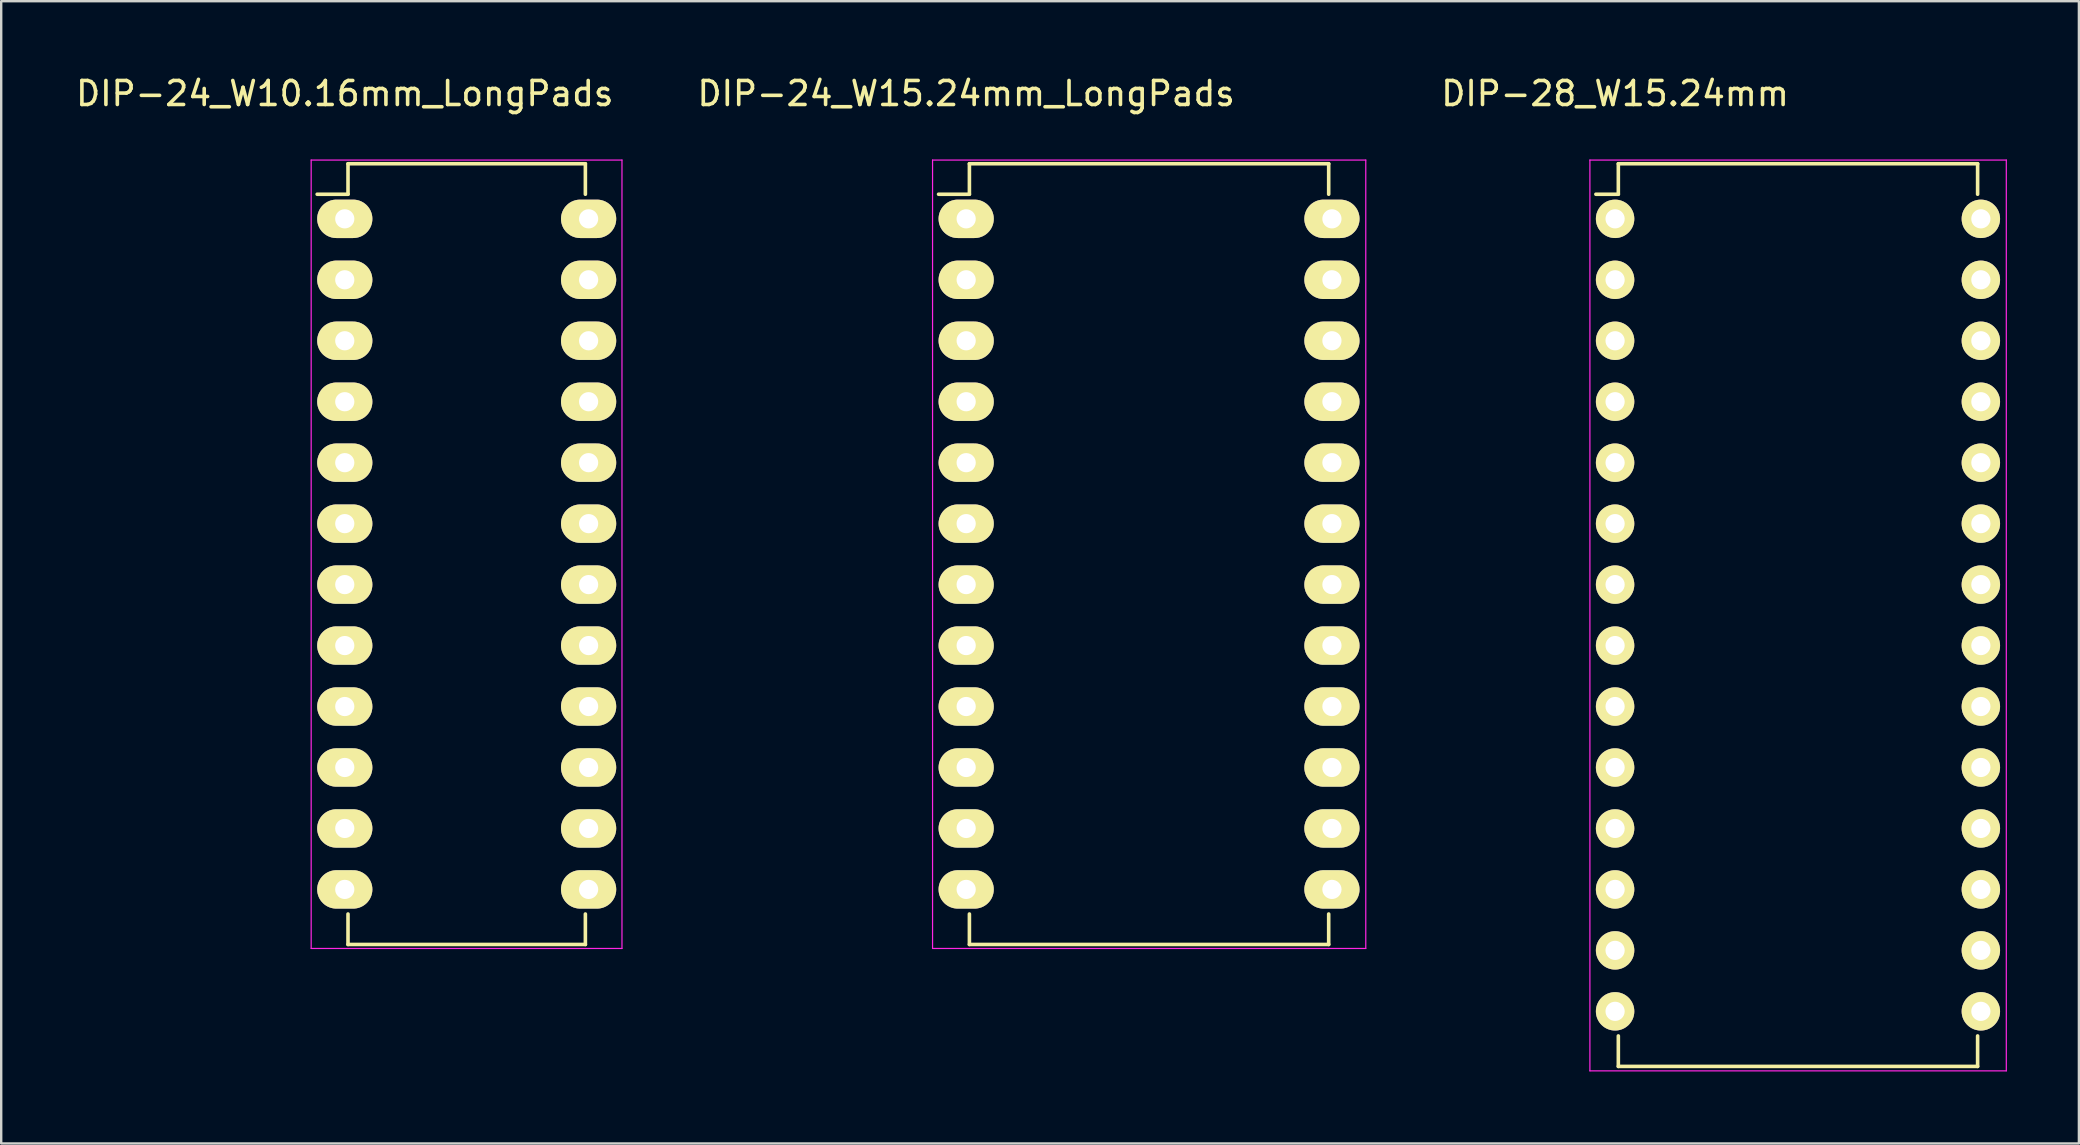
<source format=kicad_pcb>
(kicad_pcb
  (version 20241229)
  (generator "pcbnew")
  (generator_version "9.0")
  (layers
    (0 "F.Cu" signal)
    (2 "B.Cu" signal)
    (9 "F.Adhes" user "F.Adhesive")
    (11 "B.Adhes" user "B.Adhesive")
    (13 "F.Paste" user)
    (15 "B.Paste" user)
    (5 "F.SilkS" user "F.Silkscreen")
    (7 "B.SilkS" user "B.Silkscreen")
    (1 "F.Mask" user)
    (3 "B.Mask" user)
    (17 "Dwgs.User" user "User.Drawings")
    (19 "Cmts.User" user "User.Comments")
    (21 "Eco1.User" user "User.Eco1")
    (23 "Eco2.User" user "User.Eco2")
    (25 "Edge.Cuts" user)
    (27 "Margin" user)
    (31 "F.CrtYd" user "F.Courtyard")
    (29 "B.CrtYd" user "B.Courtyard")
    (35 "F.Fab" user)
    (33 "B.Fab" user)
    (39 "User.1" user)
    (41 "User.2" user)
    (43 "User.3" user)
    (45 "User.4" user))
  (footprint "DIP-24_W10.16mm_LongPads"
    (layer "F.Cu")
    (at 11.315 6.068)
    (property "Reference" "DIP-24_W10.16mm_LongPads" (at 0 -5.22 0) (layer "F.SilkS") (effects (font (size 1 1) (thickness 0.15))))
    (attr through_hole)
    (fp_line (start 0.135 -2.295) (end 0.135 -1.025) (stroke (width 0.15) (type solid)) (layer "F.SilkS"))
    (fp_line (start 0.135 -2.295) (end 10.025 -2.295) (stroke (width 0.15) (type solid)) (layer "F.SilkS"))
    (fp_line (start 0.135 -1.025) (end -1.15 -1.025) (stroke (width 0.15) (type solid)) (layer "F.SilkS"))
    (fp_line (start 0.135 30.235) (end 0.135 28.965) (stroke (width 0.15) (type solid)) (layer "F.SilkS"))
    (fp_line (start 0.135 30.235) (end 10.025 30.235) (stroke (width 0.15) (type solid)) (layer "F.SilkS"))
    (fp_line (start 10.025 -2.295) (end 10.025 -1.025) (stroke (width 0.15) (type solid)) (layer "F.SilkS"))
    (fp_line (start 10.025 30.235) (end 10.025 28.965) (stroke (width 0.15) (type solid)) (layer "F.SilkS"))
    (fp_line (start -1.4 -2.45) (end -1.4 30.4) (stroke (width 0.05) (type solid)) (layer "F.CrtYd"))
    (fp_line (start -1.4 -2.45) (end 11.55 -2.45) (stroke (width 0.05) (type solid)) (layer "F.CrtYd"))
    (fp_line (start -1.4 30.4) (end 11.55 30.4) (stroke (width 0.05) (type solid)) (layer "F.CrtYd"))
    (fp_line (start 11.55 -2.45) (end 11.55 30.4) (stroke (width 0.05) (type solid)) (layer "F.CrtYd"))
    (pad "1" thru_hole oval (at 0 0) (size 2.3 1.6) (drill 0.8) (layers "*.Cu" "*.Mask" "F.SilkS"))
    (pad "2" thru_hole oval (at 0 2.54) (size 2.3 1.6) (drill 0.8) (layers "*.Cu" "*.Mask" "F.SilkS"))
    (pad "3" thru_hole oval (at 0 5.08) (size 2.3 1.6) (drill 0.8) (layers "*.Cu" "*.Mask" "F.SilkS"))
    (pad "4" thru_hole oval (at 0 7.62) (size 2.3 1.6) (drill 0.8) (layers "*.Cu" "*.Mask" "F.SilkS"))
    (pad "5" thru_hole oval (at 0 10.16) (size 2.3 1.6) (drill 0.8) (layers "*.Cu" "*.Mask" "F.SilkS"))
    (pad "6" thru_hole oval (at 0 12.7) (size 2.3 1.6) (drill 0.8) (layers "*.Cu" "*.Mask" "F.SilkS"))
    (pad "7" thru_hole oval (at 0 15.24) (size 2.3 1.6) (drill 0.8) (layers "*.Cu" "*.Mask" "F.SilkS"))
    (pad "8" thru_hole oval (at 0 17.78) (size 2.3 1.6) (drill 0.8) (layers "*.Cu" "*.Mask" "F.SilkS"))
    (pad "9" thru_hole oval (at 0 20.32) (size 2.3 1.6) (drill 0.8) (layers "*.Cu" "*.Mask" "F.SilkS"))
    (pad "10" thru_hole oval (at 0 22.86) (size 2.3 1.6) (drill 0.8) (layers "*.Cu" "*.Mask" "F.SilkS"))
    (pad "11" thru_hole oval (at 0 25.4) (size 2.3 1.6) (drill 0.8) (layers "*.Cu" "*.Mask" "F.SilkS"))
    (pad "12" thru_hole oval (at 0 27.94) (size 2.3 1.6) (drill 0.8) (layers "*.Cu" "*.Mask" "F.SilkS"))
    (pad "13" thru_hole oval (at 10.16 27.94) (size 2.3 1.6) (drill 0.8) (layers "*.Cu" "*.Mask" "F.SilkS"))
    (pad "14" thru_hole oval (at 10.16 25.4) (size 2.3 1.6) (drill 0.8) (layers "*.Cu" "*.Mask" "F.SilkS"))
    (pad "15" thru_hole oval (at 10.16 22.86) (size 2.3 1.6) (drill 0.8) (layers "*.Cu" "*.Mask" "F.SilkS"))
    (pad "16" thru_hole oval (at 10.16 20.32) (size 2.3 1.6) (drill 0.8) (layers "*.Cu" "*.Mask" "F.SilkS"))
    (pad "17" thru_hole oval (at 10.16 17.78) (size 2.3 1.6) (drill 0.8) (layers "*.Cu" "*.Mask" "F.SilkS"))
    (pad "18" thru_hole oval (at 10.16 15.24) (size 2.3 1.6) (drill 0.8) (layers "*.Cu" "*.Mask" "F.SilkS"))
    (pad "19" thru_hole oval (at 10.16 12.7) (size 2.3 1.6) (drill 0.8) (layers "*.Cu" "*.Mask" "F.SilkS"))
    (pad "20" thru_hole oval (at 10.16 10.16) (size 2.3 1.6) (drill 0.8) (layers "*.Cu" "*.Mask" "F.SilkS"))
    (pad "21" thru_hole oval (at 10.16 7.62) (size 2.3 1.6) (drill 0.8) (layers "*.Cu" "*.Mask" "F.SilkS"))
    (pad "22" thru_hole oval (at 10.16 5.08) (size 2.3 1.6) (drill 0.8) (layers "*.Cu" "*.Mask" "F.SilkS"))
    (pad "23" thru_hole oval (at 10.16 2.54) (size 2.3 1.6) (drill 0.8) (layers "*.Cu" "*.Mask" "F.SilkS"))
    (pad "24" thru_hole oval (at 10.16 0) (size 2.3 1.6) (drill 0.8) (layers "*.Cu" "*.Mask" "F.SilkS")))
  (footprint "DIP-24_W15.24mm_LongPads"
    (layer "F.Cu")
    (at 37.206 6.068)
    (property "Reference" "DIP-24_W15.24mm_LongPads" (at 0 -5.22 0) (layer "F.SilkS") (effects (font (size 1 1) (thickness 0.15))))
    (attr through_hole)
    (fp_line (start 0.135 -2.295) (end 0.135 -1.025) (stroke (width 0.15) (type solid)) (layer "F.SilkS"))
    (fp_line (start 0.135 -2.295) (end 15.105 -2.295) (stroke (width 0.15) (type solid)) (layer "F.SilkS"))
    (fp_line (start 0.135 -1.025) (end -1.15 -1.025) (stroke (width 0.15) (type solid)) (layer "F.SilkS"))
    (fp_line (start 0.135 30.235) (end 0.135 28.965) (stroke (width 0.15) (type solid)) (layer "F.SilkS"))
    (fp_line (start 0.135 30.235) (end 15.105 30.235) (stroke (width 0.15) (type solid)) (layer "F.SilkS"))
    (fp_line (start 15.105 -2.295) (end 15.105 -1.025) (stroke (width 0.15) (type solid)) (layer "F.SilkS"))
    (fp_line (start 15.105 30.235) (end 15.105 28.965) (stroke (width 0.15) (type solid)) (layer "F.SilkS"))
    (fp_line (start -1.4 -2.45) (end -1.4 30.4) (stroke (width 0.05) (type solid)) (layer "F.CrtYd"))
    (fp_line (start -1.4 -2.45) (end 16.65 -2.45) (stroke (width 0.05) (type solid)) (layer "F.CrtYd"))
    (fp_line (start -1.4 30.4) (end 16.65 30.4) (stroke (width 0.05) (type solid)) (layer "F.CrtYd"))
    (fp_line (start 16.65 -2.45) (end 16.65 30.4) (stroke (width 0.05) (type solid)) (layer "F.CrtYd"))
    (pad "1" thru_hole oval (at 0 0) (size 2.3 1.6) (drill 0.8) (layers "*.Cu" "*.Mask" "F.SilkS"))
    (pad "2" thru_hole oval (at 0 2.54) (size 2.3 1.6) (drill 0.8) (layers "*.Cu" "*.Mask" "F.SilkS"))
    (pad "3" thru_hole oval (at 0 5.08) (size 2.3 1.6) (drill 0.8) (layers "*.Cu" "*.Mask" "F.SilkS"))
    (pad "4" thru_hole oval (at 0 7.62) (size 2.3 1.6) (drill 0.8) (layers "*.Cu" "*.Mask" "F.SilkS"))
    (pad "5" thru_hole oval (at 0 10.16) (size 2.3 1.6) (drill 0.8) (layers "*.Cu" "*.Mask" "F.SilkS"))
    (pad "6" thru_hole oval (at 0 12.7) (size 2.3 1.6) (drill 0.8) (layers "*.Cu" "*.Mask" "F.SilkS"))
    (pad "7" thru_hole oval (at 0 15.24) (size 2.3 1.6) (drill 0.8) (layers "*.Cu" "*.Mask" "F.SilkS"))
    (pad "8" thru_hole oval (at 0 17.78) (size 2.3 1.6) (drill 0.8) (layers "*.Cu" "*.Mask" "F.SilkS"))
    (pad "9" thru_hole oval (at 0 20.32) (size 2.3 1.6) (drill 0.8) (layers "*.Cu" "*.Mask" "F.SilkS"))
    (pad "10" thru_hole oval (at 0 22.86) (size 2.3 1.6) (drill 0.8) (layers "*.Cu" "*.Mask" "F.SilkS"))
    (pad "11" thru_hole oval (at 0 25.4) (size 2.3 1.6) (drill 0.8) (layers "*.Cu" "*.Mask" "F.SilkS"))
    (pad "12" thru_hole oval (at 0 27.94) (size 2.3 1.6) (drill 0.8) (layers "*.Cu" "*.Mask" "F.SilkS"))
    (pad "13" thru_hole oval (at 15.24 27.94) (size 2.3 1.6) (drill 0.8) (layers "*.Cu" "*.Mask" "F.SilkS"))
    (pad "14" thru_hole oval (at 15.24 25.4) (size 2.3 1.6) (drill 0.8) (layers "*.Cu" "*.Mask" "F.SilkS"))
    (pad "15" thru_hole oval (at 15.24 22.86) (size 2.3 1.6) (drill 0.8) (layers "*.Cu" "*.Mask" "F.SilkS"))
    (pad "16" thru_hole oval (at 15.24 20.32) (size 2.3 1.6) (drill 0.8) (layers "*.Cu" "*.Mask" "F.SilkS"))
    (pad "17" thru_hole oval (at 15.24 17.78) (size 2.3 1.6) (drill 0.8) (layers "*.Cu" "*.Mask" "F.SilkS"))
    (pad "18" thru_hole oval (at 15.24 15.24) (size 2.3 1.6) (drill 0.8) (layers "*.Cu" "*.Mask" "F.SilkS"))
    (pad "19" thru_hole oval (at 15.24 12.7) (size 2.3 1.6) (drill 0.8) (layers "*.Cu" "*.Mask" "F.SilkS"))
    (pad "20" thru_hole oval (at 15.24 10.16) (size 2.3 1.6) (drill 0.8) (layers "*.Cu" "*.Mask" "F.SilkS"))
    (pad "21" thru_hole oval (at 15.24 7.62) (size 2.3 1.6) (drill 0.8) (layers "*.Cu" "*.Mask" "F.SilkS"))
    (pad "22" thru_hole oval (at 15.24 5.08) (size 2.3 1.6) (drill 0.8) (layers "*.Cu" "*.Mask" "F.SilkS"))
    (pad "23" thru_hole oval (at 15.24 2.54) (size 2.3 1.6) (drill 0.8) (layers "*.Cu" "*.Mask" "F.SilkS"))
    (pad "24" thru_hole oval (at 15.24 0) (size 2.3 1.6) (drill 0.8) (layers "*.Cu" "*.Mask" "F.SilkS")))
  (footprint "DIP-28_W15.24mm"
    (layer "F.Cu")
    (at 64.244 6.068)
    (property "Reference" "DIP-28_W15.24mm" (at 0 -5.22 0) (layer "F.SilkS") (effects (font (size 1 1) (thickness 0.15))))
    (attr through_hole)
    (fp_line (start 0.135 -2.295) (end 0.135 -1.025) (stroke (width 0.15) (type solid)) (layer "F.SilkS"))
    (fp_line (start 0.135 -2.295) (end 15.105 -2.295) (stroke (width 0.15) (type solid)) (layer "F.SilkS"))
    (fp_line (start 0.135 -1.025) (end -0.8 -1.025) (stroke (width 0.15) (type solid)) (layer "F.SilkS"))
    (fp_line (start 0.135 35.315) (end 0.135 34.045) (stroke (width 0.15) (type solid)) (layer "F.SilkS"))
    (fp_line (start 0.135 35.315) (end 15.105 35.315) (stroke (width 0.15) (type solid)) (layer "F.SilkS"))
    (fp_line (start 15.105 -2.295) (end 15.105 -1.025) (stroke (width 0.15) (type solid)) (layer "F.SilkS"))
    (fp_line (start 15.105 35.315) (end 15.105 34.045) (stroke (width 0.15) (type solid)) (layer "F.SilkS"))
    (fp_line (start -1.05 -2.45) (end -1.05 35.5) (stroke (width 0.05) (type solid)) (layer "F.CrtYd"))
    (fp_line (start -1.05 -2.45) (end 16.3 -2.45) (stroke (width 0.05) (type solid)) (layer "F.CrtYd"))
    (fp_line (start -1.05 35.5) (end 16.3 35.5) (stroke (width 0.05) (type solid)) (layer "F.CrtYd"))
    (fp_line (start 16.3 -2.45) (end 16.3 35.5) (stroke (width 0.05) (type solid)) (layer "F.CrtYd"))
    (pad "1" thru_hole oval (at 0 0) (size 1.6 1.6) (drill 0.8) (layers "*.Cu" "*.Mask" "F.SilkS"))
    (pad "2" thru_hole oval (at 0 2.54) (size 1.6 1.6) (drill 0.8) (layers "*.Cu" "*.Mask" "F.SilkS"))
    (pad "3" thru_hole oval (at 0 5.08) (size 1.6 1.6) (drill 0.8) (layers "*.Cu" "*.Mask" "F.SilkS"))
    (pad "4" thru_hole oval (at 0 7.62) (size 1.6 1.6) (drill 0.8) (layers "*.Cu" "*.Mask" "F.SilkS"))
    (pad "5" thru_hole oval (at 0 10.16) (size 1.6 1.6) (drill 0.8) (layers "*.Cu" "*.Mask" "F.SilkS"))
    (pad "6" thru_hole oval (at 0 12.7) (size 1.6 1.6) (drill 0.8) (layers "*.Cu" "*.Mask" "F.SilkS"))
    (pad "7" thru_hole oval (at 0 15.24) (size 1.6 1.6) (drill 0.8) (layers "*.Cu" "*.Mask" "F.SilkS"))
    (pad "8" thru_hole oval (at 0 17.78) (size 1.6 1.6) (drill 0.8) (layers "*.Cu" "*.Mask" "F.SilkS"))
    (pad "9" thru_hole oval (at 0 20.32) (size 1.6 1.6) (drill 0.8) (layers "*.Cu" "*.Mask" "F.SilkS"))
    (pad "10" thru_hole oval (at 0 22.86) (size 1.6 1.6) (drill 0.8) (layers "*.Cu" "*.Mask" "F.SilkS"))
    (pad "11" thru_hole oval (at 0 25.4) (size 1.6 1.6) (drill 0.8) (layers "*.Cu" "*.Mask" "F.SilkS"))
    (pad "12" thru_hole oval (at 0 27.94) (size 1.6 1.6) (drill 0.8) (layers "*.Cu" "*.Mask" "F.SilkS"))
    (pad "13" thru_hole oval (at 0 30.48) (size 1.6 1.6) (drill 0.8) (layers "*.Cu" "*.Mask" "F.SilkS"))
    (pad "14" thru_hole oval (at 0 33.02) (size 1.6 1.6) (drill 0.8) (layers "*.Cu" "*.Mask" "F.SilkS"))
    (pad "15" thru_hole oval (at 15.24 33.02) (size 1.6 1.6) (drill 0.8) (layers "*.Cu" "*.Mask" "F.SilkS"))
    (pad "16" thru_hole oval (at 15.24 30.48) (size 1.6 1.6) (drill 0.8) (layers "*.Cu" "*.Mask" "F.SilkS"))
    (pad "17" thru_hole oval (at 15.24 27.94) (size 1.6 1.6) (drill 0.8) (layers "*.Cu" "*.Mask" "F.SilkS"))
    (pad "18" thru_hole oval (at 15.24 25.4) (size 1.6 1.6) (drill 0.8) (layers "*.Cu" "*.Mask" "F.SilkS"))
    (pad "19" thru_hole oval (at 15.24 22.86) (size 1.6 1.6) (drill 0.8) (layers "*.Cu" "*.Mask" "F.SilkS"))
    (pad "20" thru_hole oval (at 15.24 20.32) (size 1.6 1.6) (drill 0.8) (layers "*.Cu" "*.Mask" "F.SilkS"))
    (pad "21" thru_hole oval (at 15.24 17.78) (size 1.6 1.6) (drill 0.8) (layers "*.Cu" "*.Mask" "F.SilkS"))
    (pad "22" thru_hole oval (at 15.24 15.24) (size 1.6 1.6) (drill 0.8) (layers "*.Cu" "*.Mask" "F.SilkS"))
    (pad "23" thru_hole oval (at 15.24 12.7) (size 1.6 1.6) (drill 0.8) (layers "*.Cu" "*.Mask" "F.SilkS"))
    (pad "24" thru_hole oval (at 15.24 10.16) (size 1.6 1.6) (drill 0.8) (layers "*.Cu" "*.Mask" "F.SilkS"))
    (pad "25" thru_hole oval (at 15.24 7.62) (size 1.6 1.6) (drill 0.8) (layers "*.Cu" "*.Mask" "F.SilkS"))
    (pad "26" thru_hole oval (at 15.24 5.08) (size 1.6 1.6) (drill 0.8) (layers "*.Cu" "*.Mask" "F.SilkS"))
    (pad "27" thru_hole oval (at 15.24 2.54) (size 1.6 1.6) (drill 0.8) (layers "*.Cu" "*.Mask" "F.SilkS"))
    (pad "28" thru_hole oval (at 15.24 0) (size 1.6 1.6) (drill 0.8) (layers "*.Cu" "*.Mask" "F.SilkS")))
  (gr_rect
    (start -3 -3)
    (end 83.569 44.593)
    (stroke (width 0.1) (type default))
    (fill no)
    (layer "Edge.Cuts")))
</source>
